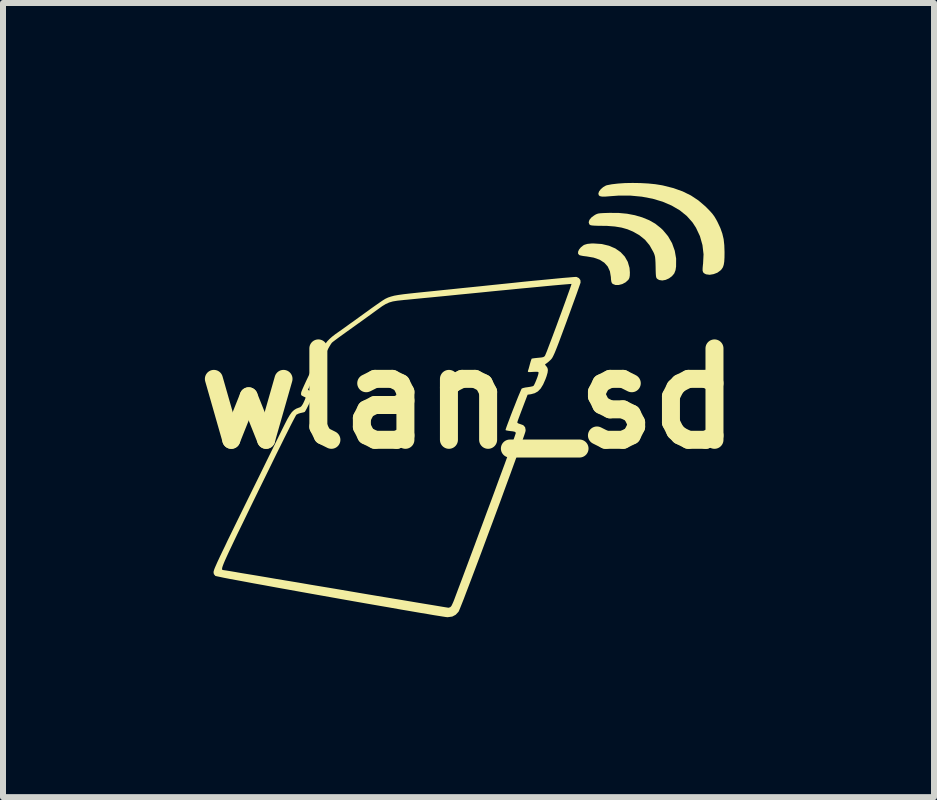
<source format=kicad_pcb>
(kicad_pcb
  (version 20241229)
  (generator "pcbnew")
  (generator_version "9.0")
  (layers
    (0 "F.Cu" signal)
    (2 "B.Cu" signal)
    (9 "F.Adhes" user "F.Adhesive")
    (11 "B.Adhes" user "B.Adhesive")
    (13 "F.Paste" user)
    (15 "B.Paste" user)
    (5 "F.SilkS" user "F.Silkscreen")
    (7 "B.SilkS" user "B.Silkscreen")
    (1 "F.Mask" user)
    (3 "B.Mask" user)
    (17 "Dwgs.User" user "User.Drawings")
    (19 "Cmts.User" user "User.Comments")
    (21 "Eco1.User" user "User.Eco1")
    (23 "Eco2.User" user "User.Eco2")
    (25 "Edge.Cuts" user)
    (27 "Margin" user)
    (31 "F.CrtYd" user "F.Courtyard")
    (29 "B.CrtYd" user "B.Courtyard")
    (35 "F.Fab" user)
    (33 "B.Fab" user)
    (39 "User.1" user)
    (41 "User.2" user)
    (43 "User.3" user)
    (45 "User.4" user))
  (footprint "wlan_sd"
    (layer "F.Cu")
    (at 4.761 3.593)
    (property "Reference" "wlan_sd" (at 0 0 0) (layer "F.SilkS") (effects (font (size 1.524 1.524) (thickness 0.3))))
    (attr board_only exclude_from_pos_files exclude_from_bom)
    (fp_poly (pts (xy 2.221 -2.575) (xy 2.342 -2.546) (xy 2.447 -2.501) (xy 2.535 -2.44) (xy 2.605 -2.365) (xy 2.655 -2.277) (xy 2.684 -2.177) (xy 2.69 -2.1) (xy 2.688 -2.046) (xy 2.681 -2.009) (xy 2.667 -1.982) (xy 2.662 -1.976) (xy 2.618 -1.936) (xy 2.563 -1.907) (xy 2.504 -1.892) (xy 2.449 -1.892) (xy 2.405 -1.909) (xy 2.39 -1.924) (xy 2.381 -1.947) (xy 2.375 -1.985) (xy 2.373 -2.025) (xy 2.357 -2.12) (xy 2.321 -2.199) (xy 2.264 -2.263) (xy 2.186 -2.313) (xy 2.086 -2.348) (xy 1.964 -2.369) (xy 1.961 -2.369) (xy 1.912 -2.375) (xy 1.871 -2.383) (xy 1.847 -2.39) (xy 1.827 -2.412) (xy 1.826 -2.445) (xy 1.842 -2.482) (xy 1.872 -2.519) (xy 1.913 -2.552) (xy 1.934 -2.563) (xy 1.982 -2.577) (xy 2.053 -2.584) (xy 2.088 -2.584)) (stroke (width 0) (type solid)) (fill yes) (layer "F.SilkS"))
    (fp_poly (pts (xy 2.503 -3.093) (xy 2.642 -3.08) (xy 2.773 -3.055) (xy 2.896 -3.019) (xy 3.013 -2.971) (xy 3.113 -2.914) (xy 3.205 -2.841) (xy 3.24 -2.808) (xy 3.326 -2.705) (xy 3.393 -2.589) (xy 3.438 -2.463) (xy 3.461 -2.332) (xy 3.46 -2.199) (xy 3.451 -2.139) (xy 3.43 -2.085) (xy 3.392 -2.039) (xy 3.342 -2.002) (xy 3.286 -1.977) (xy 3.23 -1.967) (xy 3.178 -1.975) (xy 3.15 -1.991) (xy 3.138 -2.002) (xy 3.13 -2.017) (xy 3.125 -2.04) (xy 3.122 -2.076) (xy 3.12 -2.129) (xy 3.119 -2.191) (xy 3.117 -2.265) (xy 3.114 -2.318) (xy 3.11 -2.358) (xy 3.102 -2.391) (xy 3.091 -2.421) (xy 3.08 -2.444) (xy 3.018 -2.554) (xy 2.942 -2.646) (xy 2.849 -2.721) (xy 2.742 -2.782) (xy 2.649 -2.821) (xy 2.55 -2.849) (xy 2.439 -2.867) (xy 2.311 -2.877) (xy 2.233 -2.878) (xy 2.155 -2.879) (xy 2.099 -2.881) (xy 2.061 -2.884) (xy 2.037 -2.888) (xy 2.023 -2.895) (xy 2.013 -2.905) (xy 2.003 -2.939) (xy 2.016 -2.978) (xy 2.049 -3.018) (xy 2.092 -3.05) (xy 2.118 -3.066) (xy 2.142 -3.077) (xy 2.167 -3.084) (xy 2.201 -3.088) (xy 2.249 -3.091) (xy 2.315 -3.093) (xy 2.347 -3.094)) (stroke (width 0) (type solid)) (fill yes) (layer "F.SilkS"))
    (fp_poly (pts (xy 2.867 -3.591) (xy 2.995 -3.584) (xy 3.115 -3.572) (xy 3.221 -3.555) (xy 3.241 -3.551) (xy 3.416 -3.507) (xy 3.57 -3.452) (xy 3.708 -3.384) (xy 3.833 -3.301) (xy 3.95 -3.201) (xy 3.963 -3.188) (xy 4.021 -3.129) (xy 4.064 -3.081) (xy 4.098 -3.035) (xy 4.128 -2.985) (xy 4.151 -2.942) (xy 4.198 -2.842) (xy 4.231 -2.749) (xy 4.253 -2.656) (xy 4.264 -2.555) (xy 4.268 -2.44) (xy 4.267 -2.349) (xy 4.263 -2.279) (xy 4.254 -2.226) (xy 4.24 -2.186) (xy 4.219 -2.154) (xy 4.201 -2.135) (xy 4.149 -2.097) (xy 4.086 -2.073) (xy 4.021 -2.062) (xy 3.964 -2.069) (xy 3.955 -2.072) (xy 3.927 -2.087) (xy 3.91 -2.105) (xy 3.902 -2.134) (xy 3.903 -2.177) (xy 3.909 -2.241) (xy 3.91 -2.244) (xy 3.918 -2.403) (xy 3.9 -2.557) (xy 3.858 -2.706) (xy 3.792 -2.846) (xy 3.734 -2.935) (xy 3.639 -3.042) (xy 3.523 -3.136) (xy 3.388 -3.215) (xy 3.237 -3.28) (xy 3.07 -3.33) (xy 2.89 -3.364) (xy 2.699 -3.382) (xy 2.499 -3.382) (xy 2.35 -3.371) (xy 2.275 -3.365) (xy 2.223 -3.366) (xy 2.189 -3.373) (xy 2.171 -3.389) (xy 2.165 -3.414) (xy 2.165 -3.418) (xy 2.176 -3.451) (xy 2.204 -3.488) (xy 2.244 -3.523) (xy 2.287 -3.548) (xy 2.306 -3.555) (xy 2.389 -3.571) (xy 2.493 -3.583) (xy 2.61 -3.591) (xy 2.737 -3.593)) (stroke (width 0) (type solid)) (fill yes) (layer "F.SilkS"))
    (fp_poly (pts (xy 1.801 -2.026) (xy 1.84 -2.007) (xy 1.865 -1.973) (xy 1.868 -1.935) (xy 1.863 -1.917) (xy 1.849 -1.877) (xy 1.828 -1.817) (xy 1.801 -1.74) (xy 1.768 -1.649) (xy 1.73 -1.545) (xy 1.689 -1.432) (xy 1.645 -1.312) (xy 1.64 -1.297) (xy 1.588 -1.157) (xy 1.545 -1.041) (xy 1.509 -0.944) (xy 1.479 -0.866) (xy 1.454 -0.803) (xy 1.434 -0.755) (xy 1.417 -0.718) (xy 1.403 -0.69) (xy 1.391 -0.67) (xy 1.379 -0.655) (xy 1.367 -0.642) (xy 1.367 -0.642) (xy 1.334 -0.612) (xy 1.304 -0.588) (xy 1.293 -0.581) (xy 1.277 -0.57) (xy 1.279 -0.558) (xy 1.297 -0.537) (xy 1.316 -0.509) (xy 1.323 -0.475) (xy 1.318 -0.431) (xy 1.301 -0.371) (xy 1.284 -0.324) (xy 1.244 -0.233) (xy 1.203 -0.166) (xy 1.157 -0.118) (xy 1.104 -0.088) (xy 1.041 -0.071) (xy 1.041 -0.071) (xy 0.985 -0.063) (xy 0.939 0.057) (xy 0.901 0.157) (xy 0.871 0.236) (xy 0.849 0.295) (xy 0.833 0.338) (xy 0.822 0.368) (xy 0.816 0.387) (xy 0.814 0.398) (xy 0.813 0.402) (xy 0.825 0.414) (xy 0.853 0.424) (xy 0.859 0.426) (xy 0.912 0.445) (xy 0.943 0.479) (xy 0.952 0.526) (xy 0.95 0.544) (xy 0.944 0.567) (xy 0.929 0.612) (xy 0.906 0.678) (xy 0.877 0.762) (xy 0.841 0.863) (xy 0.799 0.979) (xy 0.752 1.108) (xy 0.701 1.249) (xy 0.646 1.398) (xy 0.588 1.556) (xy 0.529 1.718) (xy 0.467 1.885) (xy 0.405 2.053) (xy 0.342 2.221) (xy 0.28 2.388) (xy 0.22 2.55) (xy 0.161 2.707) (xy 0.105 2.856) (xy 0.052 2.996) (xy 0.003 3.125) (xy -0.041 3.24) (xy -0.079 3.341) (xy -0.112 3.424) (xy -0.138 3.489) (xy -0.156 3.533) (xy -0.166 3.554) (xy -0.166 3.555) (xy -0.214 3.606) (xy -0.271 3.636) (xy -0.343 3.646) (xy -0.356 3.646) (xy -0.377 3.644) (xy -0.422 3.637) (xy -0.491 3.626) (xy -0.58 3.612) (xy -0.689 3.593) (xy -0.817 3.572) (xy -0.961 3.547) (xy -1.121 3.52) (xy -1.294 3.489) (xy -1.48 3.457) (xy -1.676 3.423) (xy -1.882 3.387) (xy -2.096 3.349) (xy -2.309 3.311) (xy -2.558 3.267) (xy -2.793 3.225) (xy -3.015 3.185) (xy -3.221 3.148) (xy -3.411 3.113) (xy -3.584 3.082) (xy -3.738 3.053) (xy -3.873 3.028) (xy -3.987 3.007) (xy -4.08 2.989) (xy -4.15 2.974) (xy -4.197 2.964) (xy -4.219 2.959) (xy -4.221 2.958) (xy -4.246 2.928) (xy -4.251 2.898) (xy -4.25 2.89) (xy -4.249 2.88) (xy -4.245 2.868) (xy -4.24 2.851) (xy -4.237 2.844) (xy -4.109 2.844) (xy -4.107 2.853) (xy -4.102 2.858) (xy -4.094 2.86) (xy -4.087 2.861) (xy -4.073 2.863) (xy -4.034 2.869) (xy -3.972 2.879) (xy -3.889 2.893) (xy -3.786 2.911) (xy -3.664 2.931) (xy -3.525 2.954) (xy -3.371 2.98) (xy -3.202 3.009) (xy -3.021 3.039) (xy -2.828 3.071) (xy -2.626 3.106) (xy -2.415 3.141) (xy -2.217 3.174) (xy -2 3.211) (xy -1.789 3.247) (xy -1.587 3.281) (xy -1.394 3.313) (xy -1.213 3.343) (xy -1.044 3.371) (xy -0.89 3.397) (xy -0.752 3.42) (xy -0.63 3.44) (xy -0.528 3.457) (xy -0.445 3.471) (xy -0.384 3.481) (xy -0.346 3.487) (xy -0.333 3.489) (xy -0.304 3.479) (xy -0.286 3.46) (xy -0.272 3.432) (xy -0.253 3.39) (xy -0.238 3.352) (xy -0.174 3.181) (xy -0.107 3.004) (xy -0.039 2.822) (xy 0.03 2.637) (xy 0.1 2.45) (xy 0.169 2.263) (xy 0.238 2.078) (xy 0.305 1.896) (xy 0.371 1.72) (xy 0.434 1.55) (xy 0.493 1.388) (xy 0.549 1.237) (xy 0.601 1.097) (xy 0.647 0.97) (xy 0.688 0.858) (xy 0.723 0.763) (xy 0.751 0.685) (xy 0.771 0.628) (xy 0.783 0.592) (xy 0.787 0.579) (xy 0.784 0.564) (xy 0.769 0.555) (xy 0.738 0.548) (xy 0.702 0.544) (xy 0.659 0.538) (xy 0.628 0.532) (xy 0.617 0.527) (xy 0.621 0.509) (xy 0.634 0.471) (xy 0.654 0.417) (xy 0.679 0.351) (xy 0.707 0.276) (xy 0.738 0.196) (xy 0.77 0.116) (xy 0.8 0.039) (xy 0.828 -0.031) (xy 0.853 -0.09) (xy 0.872 -0.135) (xy 0.884 -0.161) (xy 0.887 -0.165) (xy 0.909 -0.174) (xy 0.948 -0.183) (xy 0.986 -0.188) (xy 1.031 -0.195) (xy 1.067 -0.203) (xy 1.083 -0.21) (xy 1.095 -0.229) (xy 1.112 -0.265) (xy 1.131 -0.311) (xy 1.149 -0.358) (xy 1.162 -0.4) (xy 1.168 -0.427) (xy 1.168 -0.429) (xy 1.164 -0.44) (xy 1.149 -0.445) (xy 1.118 -0.445) (xy 1.075 -0.443) (xy 1.028 -0.44) (xy 1.001 -0.44) (xy 0.99 -0.446) (xy 0.99 -0.457) (xy 0.992 -0.464) (xy 1.001 -0.491) (xy 1.013 -0.534) (xy 1.024 -0.575) (xy 1.036 -0.618) (xy 1.047 -0.65) (xy 1.052 -0.663) (xy 1.067 -0.667) (xy 1.102 -0.672) (xy 1.149 -0.677) (xy 1.16 -0.678) (xy 1.212 -0.683) (xy 1.244 -0.689) (xy 1.263 -0.699) (xy 1.275 -0.714) (xy 1.278 -0.72) (xy 1.288 -0.744) (xy 1.306 -0.787) (xy 1.329 -0.848) (xy 1.358 -0.924) (xy 1.391 -1.011) (xy 1.427 -1.107) (xy 1.465 -1.209) (xy 1.503 -1.313) (xy 1.542 -1.418) (xy 1.579 -1.52) (xy 1.614 -1.616) (xy 1.645 -1.703) (xy 1.672 -1.778) (xy 1.694 -1.839) (xy 1.709 -1.883) (xy 1.716 -1.906) (xy 1.716 -1.909) (xy 1.702 -1.909) (xy 1.664 -1.906) (xy 1.604 -1.901) (xy 1.522 -1.894) (xy 1.421 -1.885) (xy 1.303 -1.874) (xy 1.17 -1.861) (xy 1.022 -1.847) (xy 0.862 -1.832) (xy 0.692 -1.815) (xy 0.513 -1.798) (xy 0.381 -1.785) (xy 0.194 -1.766) (xy 0.011 -1.748) (xy -0.164 -1.731) (xy -0.331 -1.714) (xy -0.486 -1.699) (xy -0.629 -1.685) (xy -0.756 -1.673) (xy -0.867 -1.662) (xy -0.959 -1.653) (xy -1.029 -1.646) (xy -1.077 -1.642) (xy -1.093 -1.64) (xy -1.187 -1.63) (xy -1.261 -1.618) (xy -1.323 -1.6) (xy -1.381 -1.574) (xy -1.44 -1.538) (xy -1.505 -1.491) (xy -1.551 -1.458) (xy -1.614 -1.412) (xy -1.69 -1.357) (xy -1.773 -1.297) (xy -1.86 -1.235) (xy -1.935 -1.181) (xy -2.015 -1.124) (xy -2.09 -1.07) (xy -2.157 -1.022) (xy -2.212 -0.981) (xy -2.252 -0.951) (xy -2.274 -0.933) (xy -2.275 -0.933) (xy -2.293 -0.909) (xy -2.321 -0.863) (xy -2.359 -0.794) (xy -2.406 -0.705) (xy -2.46 -0.596) (xy -2.495 -0.527) (xy -2.539 -0.435) (xy -2.58 -0.351) (xy -2.615 -0.278) (xy -2.644 -0.217) (xy -2.664 -0.173) (xy -2.675 -0.149) (xy -2.676 -0.144) (xy -2.665 -0.136) (xy -2.635 -0.128) (xy -2.619 -0.125) (xy -2.561 -0.117) (xy -2.639 0.05) (xy -2.669 0.111) (xy -2.695 0.163) (xy -2.716 0.202) (xy -2.73 0.223) (xy -2.732 0.225) (xy -2.753 0.232) (xy -2.788 0.24) (xy -2.795 0.241) (xy -2.835 0.253) (xy -2.868 0.27) (xy -2.871 0.272) (xy -2.88 0.287) (xy -2.9 0.324) (xy -2.93 0.381) (xy -2.969 0.457) (xy -3.016 0.551) (xy -3.071 0.66) (xy -3.132 0.784) (xy -3.2 0.92) (xy -3.272 1.067) (xy -3.349 1.225) (xy -3.43 1.39) (xy -3.514 1.561) (xy -3.516 1.566) (xy -3.615 1.768) (xy -3.702 1.948) (xy -3.779 2.107) (xy -3.847 2.246) (xy -3.905 2.367) (xy -3.954 2.471) (xy -3.996 2.559) (xy -4.03 2.633) (xy -4.057 2.693) (xy -4.078 2.742) (xy -4.093 2.78) (xy -4.103 2.809) (xy -4.108 2.829) (xy -4.109 2.844) (xy -4.237 2.844) (xy -4.232 2.83) (xy -4.22 2.802) (xy -4.205 2.768) (xy -4.187 2.727) (xy -4.163 2.676) (xy -4.135 2.616) (xy -4.101 2.545) (xy -4.061 2.463) (xy -4.016 2.367) (xy -3.963 2.259) (xy -3.903 2.136) (xy -3.835 1.997) (xy -3.759 1.842) (xy -3.674 1.669) (xy -3.58 1.478) (xy -3.476 1.267) (xy -3.363 1.036) (xy -3.239 0.784) (xy -3.104 0.51) (xy -3.064 0.43) (xy -3.019 0.342) (xy -2.98 0.276) (xy -2.945 0.227) (xy -2.909 0.193) (xy -2.872 0.17) (xy -2.836 0.156) (xy -2.806 0.145) (xy -2.784 0.126) (xy -2.763 0.094) (xy -2.748 0.064) (xy -2.73 0.024) (xy -2.719 -0.005) (xy -2.717 -0.017) (xy -2.732 -0.024) (xy -2.76 -0.037) (xy -2.76 -0.037) (xy -2.785 -0.051) (xy -2.793 -0.07) (xy -2.79 -0.099) (xy -2.783 -0.121) (xy -2.765 -0.164) (xy -2.738 -0.224) (xy -2.704 -0.298) (xy -2.664 -0.382) (xy -2.619 -0.474) (xy -2.593 -0.528) (xy -2.538 -0.64) (xy -2.491 -0.731) (xy -2.452 -0.806) (xy -2.417 -0.866) (xy -2.384 -0.916) (xy -2.351 -0.958) (xy -2.314 -0.995) (xy -2.272 -1.032) (xy -2.223 -1.07) (xy -2.162 -1.113) (xy -2.112 -1.148) (xy -2.052 -1.191) (xy -1.976 -1.246) (xy -1.89 -1.307) (xy -1.802 -1.371) (xy -1.716 -1.433) (xy -1.692 -1.45) (xy -1.618 -1.504) (xy -1.547 -1.554) (xy -1.484 -1.598) (xy -1.433 -1.633) (xy -1.396 -1.656) (xy -1.384 -1.663) (xy -1.341 -1.683) (xy -1.293 -1.699) (xy -1.237 -1.714) (xy -1.168 -1.726) (xy -1.083 -1.738) (xy -0.978 -1.75) (xy -0.912 -1.757) (xy -0.857 -1.763) (xy -0.779 -1.771) (xy -0.68 -1.781) (xy -0.561 -1.793) (xy -0.427 -1.807) (xy -0.278 -1.822) (xy -0.118 -1.839) (xy 0.052 -1.856) (xy 0.228 -1.874) (xy 0.408 -1.893) (xy 0.564 -1.909) (xy 0.74 -1.927) (xy 0.908 -1.945) (xy 1.068 -1.961) (xy 1.217 -1.975) (xy 1.353 -1.988) (xy 1.475 -2) (xy 1.58 -2.01) (xy 1.667 -2.017) (xy 1.734 -2.023) (xy 1.779 -2.026) (xy 1.8 -2.026)) (stroke (width 0) (type solid)) (fill yes) (layer "F.SilkS")))
  (gr_rect
    (start -3 -3)
    (end 12.521 10.239)
    (stroke (width 0.1) (type default))
    (fill no)
    (layer "Edge.Cuts")))
</source>
